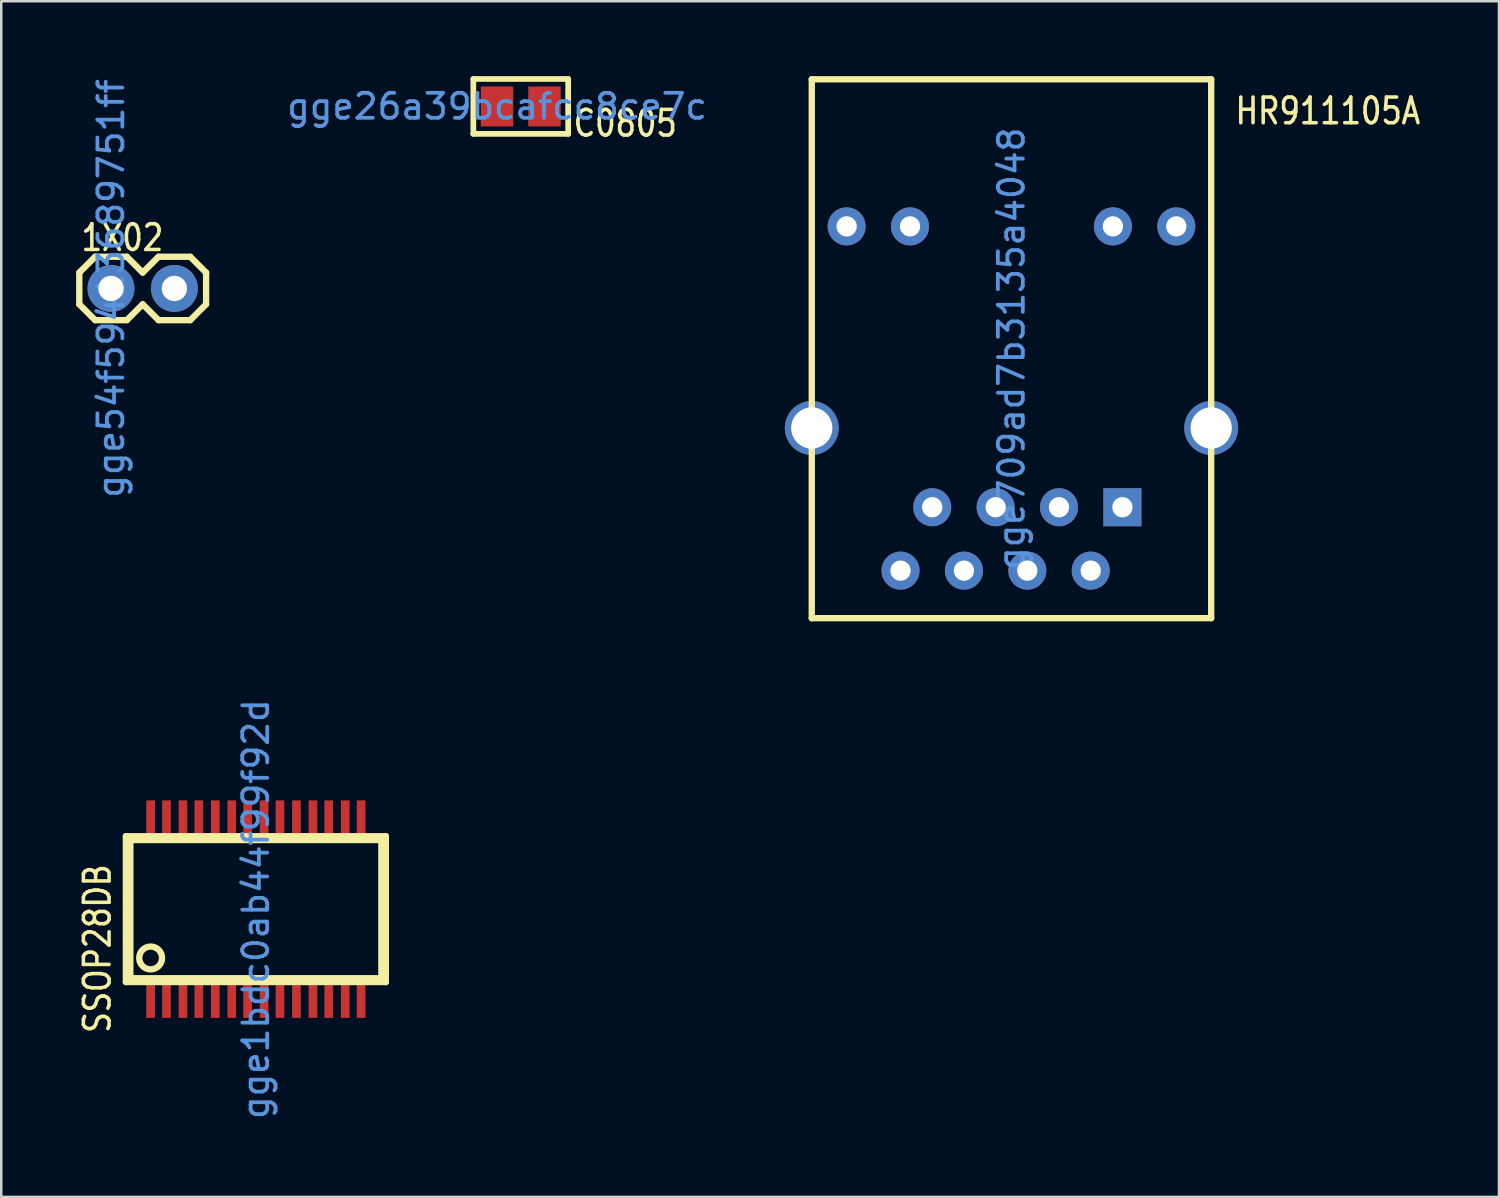
<source format=kicad_pcb>
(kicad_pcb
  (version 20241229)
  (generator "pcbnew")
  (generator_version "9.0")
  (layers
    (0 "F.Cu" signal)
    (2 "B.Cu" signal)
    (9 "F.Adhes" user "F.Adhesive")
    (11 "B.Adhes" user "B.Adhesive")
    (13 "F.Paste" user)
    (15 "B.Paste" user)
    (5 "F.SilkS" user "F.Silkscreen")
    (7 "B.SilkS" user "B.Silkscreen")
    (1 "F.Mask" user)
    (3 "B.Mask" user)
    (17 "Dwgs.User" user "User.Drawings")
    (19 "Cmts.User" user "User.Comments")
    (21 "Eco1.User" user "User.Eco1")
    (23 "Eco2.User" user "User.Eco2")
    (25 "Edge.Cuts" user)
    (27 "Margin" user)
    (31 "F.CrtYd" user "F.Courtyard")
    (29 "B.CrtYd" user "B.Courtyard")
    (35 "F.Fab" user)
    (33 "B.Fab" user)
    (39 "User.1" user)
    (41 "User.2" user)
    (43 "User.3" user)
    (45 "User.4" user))
  (footprint "HR911105A"
    (layer "F.Cu")
    (at 37.474 10.922)
    (property "Reference" "HR911105A" (at 8.89 -9.525 0) (layer "F.SilkS") (effects (font (size 1.029 0.857) (thickness 0.142)) (justify left)))
    (fp_line (start -8.001 -10.795) (end 8.001 -10.795) (stroke (width 0.254) (type solid)) (layer "F.SilkS"))
    (fp_line (start -8.001 10.795) (end -8.001 -10.795) (stroke (width 0.254) (type solid)) (layer "F.SilkS"))
    (fp_line (start 8.001 -10.795) (end 8.001 10.795) (stroke (width 0.254) (type solid)) (layer "F.SilkS"))
    (fp_line (start 8.001 10.795) (end -8.001 10.795) (stroke (width 0.254) (type solid)) (layer "F.SilkS"))
    (fp_text user "gge709ad7b3135a4048" (at 0 0 90) (layer "Cmts.User") (effects (font (size 1 1) (thickness 0.15))))
    (pad "1" thru_hole rect (at 4.445 6.35 180) (size 1.524 1.524) (drill 0.813) (layers "*.Cu" "*.Paste" "*.Mask"))
    (pad "2" thru_hole circle (at 3.175 8.89 180) (size 1.524 1.524) (drill 0.813) (layers "*.Cu" "*.Paste" "*.Mask"))
    (pad "3" thru_hole circle (at 1.905 6.35 180) (size 1.524 1.524) (drill 0.813) (layers "*.Cu" "*.Paste" "*.Mask"))
    (pad "4" thru_hole circle (at 0.635 8.89 180) (size 1.524 1.524) (drill 0.813) (layers "*.Cu" "*.Paste" "*.Mask"))
    (pad "5" thru_hole circle (at -0.635 6.35 180) (size 1.524 1.524) (drill 0.813) (layers "*.Cu" "*.Paste" "*.Mask"))
    (pad "6" thru_hole circle (at -1.905 8.89 180) (size 1.524 1.524) (drill 0.813) (layers "*.Cu" "*.Paste" "*.Mask"))
    (pad "7" thru_hole circle (at -3.175 6.35 180) (size 1.524 1.524) (drill 0.813) (layers "*.Cu" "*.Paste" "*.Mask"))
    (pad "8" thru_hole circle (at -4.445 8.89 180) (size 1.524 1.524) (drill 0.813) (layers "*.Cu" "*.Paste" "*.Mask"))
    (pad "9" thru_hole circle (at 6.604 -4.902 180) (size 1.524 1.524) (drill 0.813) (layers "*.Cu" "*.Paste" "*.Mask"))
    (pad "10" thru_hole circle (at 4.064 -4.902 180) (size 1.524 1.524) (drill 0.813) (layers "*.Cu" "*.Paste" "*.Mask"))
    (pad "11" thru_hole circle (at -4.064 -4.902 180) (size 1.524 1.524) (drill 0.813) (layers "*.Cu" "*.Paste" "*.Mask"))
    (pad "12" thru_hole circle (at -6.604 -4.902 180) (size 1.524 1.524) (drill 0.813) (layers "*.Cu" "*.Paste" "*.Mask"))
    (pad "13" thru_hole circle (at 8.001 3.175 180) (size 2.159 2.159) (drill 1.651) (layers "*.Cu" "*.Paste" "*.Mask"))
    (pad "14" thru_hole circle (at -8.001 3.175 180) (size 2.159 2.159) (drill 1.651) (layers "*.Cu" "*.Paste" "*.Mask")))
  (footprint "SSOP28DB"
    (layer "F.Cu")
    (at 7.201 33.374)
    (property "Reference" "SSOP28DB" (at -6.35 5.042 90) (layer "F.SilkS") (effects (font (size 1.029 0.857) (thickness 0.142)) (justify left)))
    (attr smd)
    (fp_line (start -5.207 -2.921) (end 5.207 -2.921) (stroke (width 0.254) (type solid)) (layer "F.SilkS"))
    (fp_line (start -5.207 2.921) (end -5.207 -2.921) (stroke (width 0.254) (type solid)) (layer "F.SilkS"))
    (fp_line (start -5.029 -2.769) (end 5.029 -2.769) (stroke (width 0.254) (type solid)) (layer "F.SilkS"))
    (fp_line (start -5.029 2.769) (end -5.029 -2.769) (stroke (width 0.254) (type solid)) (layer "F.SilkS"))
    (fp_line (start 5.029 -2.769) (end 5.029 2.769) (stroke (width 0.254) (type solid)) (layer "F.SilkS"))
    (fp_line (start 5.029 2.769) (end -5.029 2.769) (stroke (width 0.254) (type solid)) (layer "F.SilkS"))
    (fp_line (start 5.207 -2.921) (end 5.207 2.921) (stroke (width 0.254) (type solid)) (layer "F.SilkS"))
    (fp_line (start 5.207 2.921) (end -5.207 2.921) (stroke (width 0.254) (type solid)) (layer "F.SilkS"))
    (fp_circle (center -4.216 1.956) (end -3.759 1.956) (stroke (width 0.254) (type solid)) (fill no) (layer "F.SilkS"))
    (fp_text user "gge1bdc0ab44f99f92d" (at 0 0 90) (layer "Cmts.User") (effects (font (size 1 1) (thickness 0.15))))
    (pad "1" smd rect (at -4.216 3.658) (size 0.348 1.397) (layers "F.Cu" "F.Mask" "F.Paste"))
    (pad "2" smd rect (at -3.581 3.658) (size 0.348 1.397) (layers "F.Cu" "F.Mask" "F.Paste"))
    (pad "3" smd rect (at -2.921 3.658) (size 0.348 1.397) (layers "F.Cu" "F.Mask" "F.Paste"))
    (pad "4" smd rect (at -2.286 3.658) (size 0.348 1.397) (layers "F.Cu" "F.Mask" "F.Paste"))
    (pad "5" smd rect (at -1.626 3.658) (size 0.348 1.397) (layers "F.Cu" "F.Mask" "F.Paste"))
    (pad "6" smd rect (at -0.965 3.658) (size 0.348 1.397) (layers "F.Cu" "F.Mask" "F.Paste"))
    (pad "7" smd rect (at -0.33 3.658) (size 0.348 1.397) (layers "F.Cu" "F.Mask" "F.Paste"))
    (pad "8" smd rect (at 0.33 3.658) (size 0.348 1.397) (layers "F.Cu" "F.Mask" "F.Paste"))
    (pad "9" smd rect (at 0.965 3.658) (size 0.348 1.397) (layers "F.Cu" "F.Mask" "F.Paste"))
    (pad "10" smd rect (at 1.626 3.658) (size 0.348 1.397) (layers "F.Cu" "F.Mask" "F.Paste"))
    (pad "11" smd rect (at 2.286 3.658) (size 0.348 1.397) (layers "F.Cu" "F.Mask" "F.Paste"))
    (pad "12" smd rect (at 2.921 3.658) (size 0.348 1.397) (layers "F.Cu" "F.Mask" "F.Paste"))
    (pad "13" smd rect (at 3.581 3.658) (size 0.348 1.397) (layers "F.Cu" "F.Mask" "F.Paste"))
    (pad "14" smd rect (at 4.216 3.658) (size 0.348 1.397) (layers "F.Cu" "F.Mask" "F.Paste"))
    (pad "15" smd rect (at 4.216 -3.658) (size 0.348 1.397) (layers "F.Cu" "F.Mask" "F.Paste"))
    (pad "16" smd rect (at 3.581 -3.658) (size 0.348 1.397) (layers "F.Cu" "F.Mask" "F.Paste"))
    (pad "17" smd rect (at 2.921 -3.658) (size 0.348 1.397) (layers "F.Cu" "F.Mask" "F.Paste"))
    (pad "18" smd rect (at 2.286 -3.658) (size 0.348 1.397) (layers "F.Cu" "F.Mask" "F.Paste"))
    (pad "19" smd rect (at 1.626 -3.658) (size 0.348 1.397) (layers "F.Cu" "F.Mask" "F.Paste"))
    (pad "20" smd rect (at 0.965 -3.658) (size 0.348 1.397) (layers "F.Cu" "F.Mask" "F.Paste"))
    (pad "21" smd rect (at 0.33 -3.658) (size 0.348 1.397) (layers "F.Cu" "F.Mask" "F.Paste"))
    (pad "22" smd rect (at -0.33 -3.658) (size 0.348 1.397) (layers "F.Cu" "F.Mask" "F.Paste"))
    (pad "23" smd rect (at -0.965 -3.658) (size 0.348 1.397) (layers "F.Cu" "F.Mask" "F.Paste"))
    (pad "24" smd rect (at -1.626 -3.658) (size 0.348 1.397) (layers "F.Cu" "F.Mask" "F.Paste"))
    (pad "25" smd rect (at -2.286 -3.658) (size 0.348 1.397) (layers "F.Cu" "F.Mask" "F.Paste"))
    (pad "26" smd rect (at -2.921 -3.658) (size 0.348 1.397) (layers "F.Cu" "F.Mask" "F.Paste"))
    (pad "27" smd rect (at -3.581 -3.658) (size 0.348 1.397) (layers "F.Cu" "F.Mask" "F.Paste"))
    (pad "28" smd rect (at -4.216 -3.658) (size 0.348 1.397) (layers "F.Cu" "F.Mask" "F.Paste")))
  (footprint "1X02"
    (layer "F.Cu")
    (at 1.397 8.506)
    (property "Reference" "1X02" (at -1.27 -2.032 0) (layer "F.SilkS") (effects (font (size 1.029 0.857) (thickness 0.142)) (justify left)))
    (fp_line (start -1.27 -0.635) (end -1.27 0.635) (stroke (width 0.254) (type solid)) (layer "F.SilkS"))
    (fp_line (start -1.27 0.635) (end -0.635 1.27) (stroke (width 0.254) (type solid)) (layer "F.SilkS"))
    (fp_line (start -0.635 -1.27) (end -1.27 -0.635) (stroke (width 0.254) (type solid)) (layer "F.SilkS"))
    (fp_line (start -0.635 -1.27) (end 0.635 -1.27) (stroke (width 0.254) (type solid)) (layer "F.SilkS"))
    (fp_line (start 0.635 -1.27) (end 1.27 -0.635) (stroke (width 0.254) (type solid)) (layer "F.SilkS"))
    (fp_line (start 0.635 1.27) (end -0.635 1.27) (stroke (width 0.254) (type solid)) (layer "F.SilkS"))
    (fp_line (start 1.27 -0.635) (end 1.905 -1.27) (stroke (width 0.254) (type solid)) (layer "F.SilkS"))
    (fp_line (start 1.27 0.635) (end 0.635 1.27) (stroke (width 0.254) (type solid)) (layer "F.SilkS"))
    (fp_line (start 1.905 -1.27) (end 3.175 -1.27) (stroke (width 0.254) (type solid)) (layer "F.SilkS"))
    (fp_line (start 1.905 1.27) (end 1.27 0.635) (stroke (width 0.254) (type solid)) (layer "F.SilkS"))
    (fp_line (start 3.175 -1.27) (end 3.81 -0.635) (stroke (width 0.254) (type solid)) (layer "F.SilkS"))
    (fp_line (start 3.175 1.27) (end 1.905 1.27) (stroke (width 0.254) (type solid)) (layer "F.SilkS"))
    (fp_line (start 3.81 -0.635) (end 3.81 0.635) (stroke (width 0.254) (type solid)) (layer "F.SilkS"))
    (fp_line (start 3.81 0.635) (end 3.175 1.27) (stroke (width 0.254) (type solid)) (layer "F.SilkS"))
    (fp_text user "gge54f59413689751ff" (at 0 0 270) (layer "Cmts.User") (effects (font (size 1 1) (thickness 0.15))))
    (pad "1" thru_hole circle (at 0 0 90) (size 1.88 1.88) (drill 1.016) (layers "*.Cu" "*.Paste" "*.Mask"))
    (pad "2" thru_hole circle (at 2.54 0 90) (size 1.88 1.88) (drill 1.016) (layers "*.Cu" "*.Paste" "*.Mask")))
  (footprint "C0805"
    (layer "F.Cu")
    (at 16.864 1.214)
    (property "Reference" "C0805" (at 2.982 0.678 0) (layer "F.SilkS") (effects (font (size 1.029 0.857) (thickness 0.142)) (justify left)))
    (attr smd)
    (fp_line (start -0.95 -1.1) (end 2.85 -1.1) (stroke (width 0.229) (type solid)) (layer "F.SilkS"))
    (fp_line (start -0.95 1.1) (end -0.95 -1.1) (stroke (width 0.229) (type solid)) (layer "F.SilkS"))
    (fp_line (start 2.85 -1.1) (end 2.85 1.1) (stroke (width 0.229) (type solid)) (layer "F.SilkS"))
    (fp_line (start 2.85 1.1) (end -0.95 1.1) (stroke (width 0.229) (type solid)) (layer "F.SilkS"))
    (fp_text user "gge26a39bcafcc8ce7c" (at 0 0 0) (layer "Cmts.User") (effects (font (size 1 1) (thickness 0.15))))
    (pad "1" smd rect (at 0 0) (size 1.3 1.6) (layers "F.Cu" "F.Mask" "F.Paste"))
    (pad "2" smd rect (at 1.9 0) (size 1.3 1.6) (layers "F.Cu" "F.Mask" "F.Paste")))
  (gr_rect
    (start -3 -3)
    (end 57.005 44.904)
    (stroke (width 0.1) (type default))
    (fill no)
    (layer "Edge.Cuts")))
</source>
